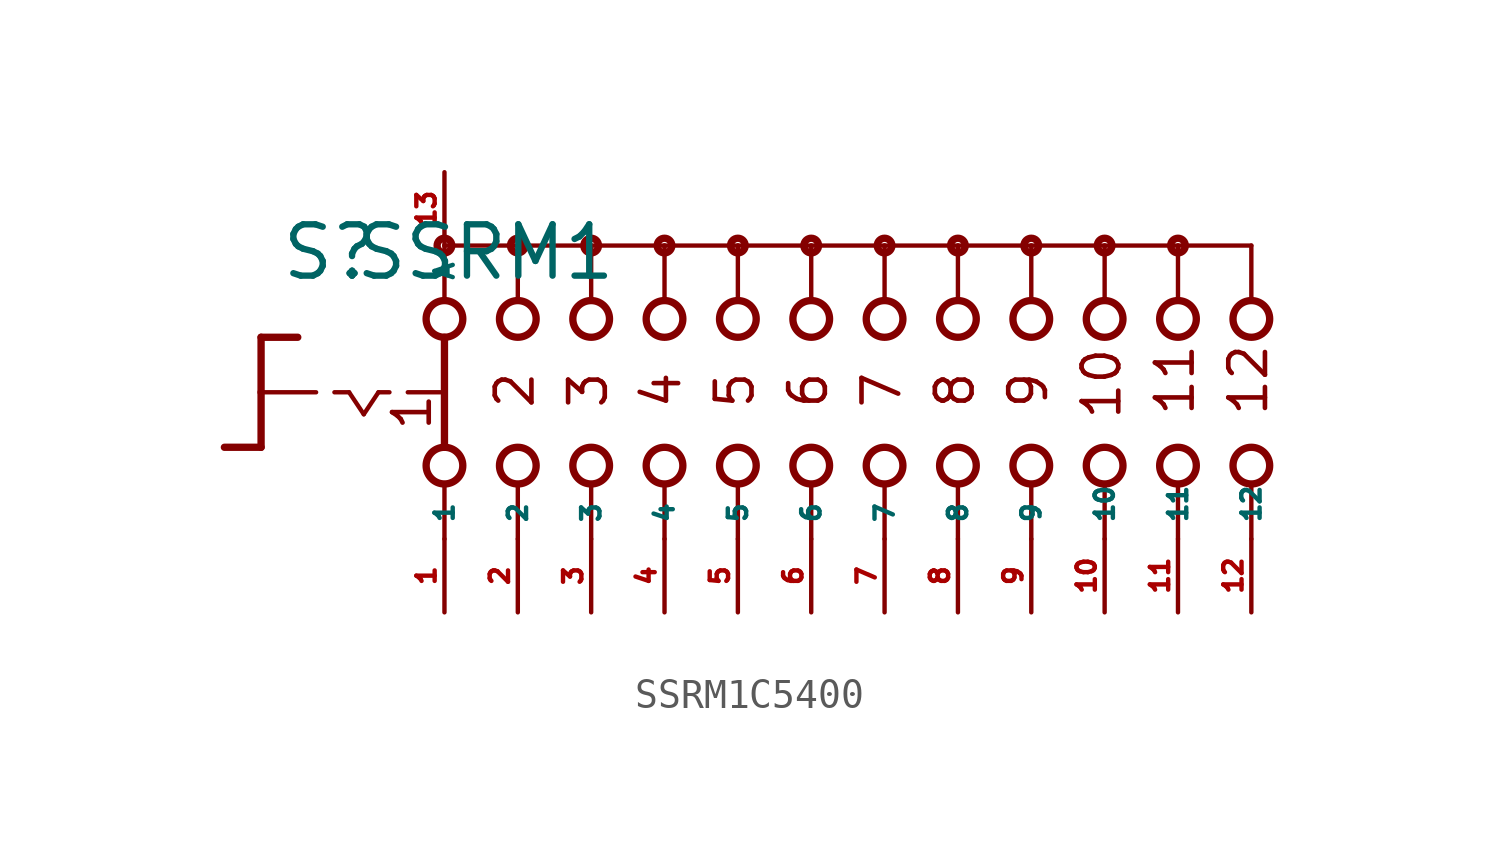
<source format=kicad_sym>
(kicad_symbol_lib
  (version 20220914)
  (generator Eagle2Kicad)
  (symbol "SSRM1C5400"
    (property "Reference" "S"
      (at -18.415 3.81 0)
      (effects (font (size 1.778 1.778) (thickness 0.22)) (justify left bottom)))
    (property "Value" "SSRM1"
      (at -15.875 3.81 0)
      (effects (font (size 1.778 1.778) (thickness 0.22)) (justify left bottom)))
    (polyline
      (pts (xy -19.05 1.905) (xy -17.78 1.905))
      (stroke (width 0.254) (type default))
      (fill (type none)))
    (polyline
      (pts (xy -19.05 1.905) (xy -19.05 0))
      (stroke (width 0.254) (type default))
      (fill (type none)))
    (polyline
      (pts (xy -19.05 -1.905) (xy -20.32 -1.905))
      (stroke (width 0.254) (type default))
      (fill (type none)))
    (polyline
      (pts (xy -19.05 0) (xy -17.145 0))
      (stroke (width 0.152) (type default))
      (fill (type none)))
    (polyline
      (pts (xy -19.05 0) (xy -19.05 -1.905))
      (stroke (width 0.254) (type default))
      (fill (type none)))
    (polyline
      (pts (xy -16.51 0) (xy -16.002 0))
      (stroke (width 0.152) (type default))
      (fill (type none)))
    (polyline
      (pts (xy -14.986 0) (xy -14.605 0))
      (stroke (width 0.152) (type default))
      (fill (type none)))
    (polyline
      (pts (xy -13.97 0) (xy -12.827 0))
      (stroke (width 0.152) (type default))
      (fill (type none)))
    (polyline
      (pts (xy -16.002 0) (xy -15.494 -0.762))
      (stroke (width 0.152) (type default))
      (fill (type none)))
    (polyline
      (pts (xy -15.494 -0.762) (xy -14.986 0))
      (stroke (width 0.152) (type default))
      (fill (type none)))
    (polyline
      (pts (xy -10.16 3.175) (xy -10.16 5.08))
      (stroke (width 0.152) (type default))
      (fill (type none)))
    (polyline
      (pts (xy -7.62 3.175) (xy -7.62 5.08))
      (stroke (width 0.152) (type default))
      (fill (type none)))
    (polyline
      (pts (xy -5.08 3.175) (xy -5.08 5.08))
      (stroke (width 0.152) (type default))
      (fill (type none)))
    (polyline
      (pts (xy -10.16 -5.08) (xy -10.16 -3.175))
      (stroke (width 0.152) (type default))
      (fill (type none)))
    (polyline
      (pts (xy -7.62 -5.08) (xy -7.62 -3.175))
      (stroke (width 0.152) (type default))
      (fill (type none)))
    (polyline
      (pts (xy -5.08 -5.08) (xy -5.08 -3.175))
      (stroke (width 0.152) (type default))
      (fill (type none)))
    (polyline
      (pts (xy -7.62 5.08) (xy -10.16 5.08))
      (stroke (width 0.152) (type default))
      (fill (type none)))
    (polyline
      (pts (xy -7.62 5.08) (xy -5.08 5.08))
      (stroke (width 0.152) (type default))
      (fill (type none)))
    (polyline
      (pts (xy -2.54 -5.08) (xy -2.54 -3.175))
      (stroke (width 0.152) (type default))
      (fill (type none)))
    (polyline
      (pts (xy 0 -5.08) (xy 0 -3.175))
      (stroke (width 0.152) (type default))
      (fill (type none)))
    (polyline
      (pts (xy -2.54 3.175) (xy -2.54 5.08))
      (stroke (width 0.152) (type default))
      (fill (type none)))
    (polyline
      (pts (xy 0 3.175) (xy 0 5.08))
      (stroke (width 0.152) (type default))
      (fill (type none)))
    (polyline
      (pts (xy -5.08 5.08) (xy -2.54 5.08))
      (stroke (width 0.152) (type default))
      (fill (type none)))
    (polyline
      (pts (xy -2.54 5.08) (xy 0 5.08))
      (stroke (width 0.152) (type default))
      (fill (type none)))
    (polyline
      (pts (xy -12.7 5.08) (xy -12.7 3.175))
      (stroke (width 0.152) (type default))
      (fill (type none)))
    (polyline
      (pts (xy -12.7 1.905) (xy -12.7 -1.905))
      (stroke (width 0.254) (type default))
      (fill (type none)))
    (polyline
      (pts (xy -12.7 -3.175) (xy -12.7 -5.08))
      (stroke (width 0.152) (type default))
      (fill (type none)))
    (polyline
      (pts (xy -10.16 5.08) (xy -12.7 5.08))
      (stroke (width 0.152) (type default))
      (fill (type none)))
    (polyline
      (pts (xy 0 5.08) (xy 2.54 5.08))
      (stroke (width 0.152) (type default))
      (fill (type none)))
    (polyline
      (pts (xy 2.54 3.175) (xy 2.54 5.08))
      (stroke (width 0.152) (type default))
      (fill (type none)))
    (polyline
      (pts (xy 2.54 -5.08) (xy 2.54 -3.175))
      (stroke (width 0.152) (type default))
      (fill (type none)))
    (polyline
      (pts (xy 5.08 3.175) (xy 5.08 5.08))
      (stroke (width 0.152) (type default))
      (fill (type none)))
    (polyline
      (pts (xy 7.62 3.175) (xy 7.62 5.08))
      (stroke (width 0.152) (type default))
      (fill (type none)))
    (polyline
      (pts (xy 10.16 3.175) (xy 10.16 5.08))
      (stroke (width 0.152) (type default))
      (fill (type none)))
    (polyline
      (pts (xy 12.7 3.175) (xy 12.7 5.08))
      (stroke (width 0.152) (type default))
      (fill (type none)))
    (polyline
      (pts (xy 15.24 3.175) (xy 15.24 5.08))
      (stroke (width 0.152) (type default))
      (fill (type none)))
    (polyline
      (pts (xy 2.54 5.08) (xy 5.08 5.08))
      (stroke (width 0.152) (type default))
      (fill (type none)))
    (polyline
      (pts (xy 5.08 5.08) (xy 7.62 5.08))
      (stroke (width 0.152) (type default))
      (fill (type none)))
    (polyline
      (pts (xy 7.62 5.08) (xy 10.16 5.08))
      (stroke (width 0.152) (type default))
      (fill (type none)))
    (polyline
      (pts (xy 10.16 5.08) (xy 12.7 5.08))
      (stroke (width 0.152) (type default))
      (fill (type none)))
    (polyline
      (pts (xy 12.7 5.08) (xy 15.24 5.08))
      (stroke (width 0.152) (type default))
      (fill (type none)))
    (polyline
      (pts (xy 5.08 -5.08) (xy 5.08 -3.175))
      (stroke (width 0.152) (type default))
      (fill (type none)))
    (polyline
      (pts (xy 7.62 -5.08) (xy 7.62 -3.175))
      (stroke (width 0.152) (type default))
      (fill (type none)))
    (polyline
      (pts (xy 10.16 -5.08) (xy 10.16 -3.175))
      (stroke (width 0.152) (type default))
      (fill (type none)))
    (polyline
      (pts (xy 12.7 -5.08) (xy 12.7 -3.175))
      (stroke (width 0.152) (type default))
      (fill (type none)))
    (polyline
      (pts (xy 15.24 -5.08) (xy 15.24 -3.175))
      (stroke (width 0.152) (type default))
      (fill (type none)))
    (text "1"
      (at -13.081 -1.397 900)
      (effects (font (size 1.27 1.27) (thickness 0.16)) (justify left bottom)))
    (text "2"
      (at -9.525 -0.635 900)
      (effects (font (size 1.27 1.27) (thickness 0.16)) (justify left bottom)))
    (text "3"
      (at -6.985 -0.635 900)
      (effects (font (size 1.27 1.27) (thickness 0.16)) (justify left bottom)))
    (text "4"
      (at -4.445 -0.635 900)
      (effects (font (size 1.27 1.27) (thickness 0.16)) (justify left bottom)))
    (text "5"
      (at -1.905 -0.635 900)
      (effects (font (size 1.27 1.27) (thickness 0.16)) (justify left bottom)))
    (text "6"
      (at 0.635 -0.635 900)
      (effects (font (size 1.27 1.27) (thickness 0.16)) (justify left bottom)))
    (text "7"
      (at 3.175 -0.635 900)
      (effects (font (size 1.27 1.27) (thickness 0.16)) (justify left bottom)))
    (text "8"
      (at 5.715 -0.635 900)
      (effects (font (size 1.27 1.27) (thickness 0.16)) (justify left bottom)))
    (text "9"
      (at 8.255 -0.635 900)
      (effects (font (size 1.27 1.27) (thickness 0.16)) (justify left bottom)))
    (text "10"
      (at 10.795 -1.016 900)
      (effects (font (size 1.27 1.27) (thickness 0.16)) (justify left bottom)))
    (text "11"
      (at 13.335 -0.889 900)
      (effects (font (size 1.27 1.27) (thickness 0.16)) (justify left bottom)))
    (text "12"
      (at 15.875 -0.889 900)
      (effects (font (size 1.27 1.27) (thickness 0.16)) (justify left bottom)))
    (circle
      (center -7.62 5.08)
      (radius 0.254)
      (stroke (width 0.254) (type default))
      (fill (type none)))
    (circle
      (center -5.08 5.08)
      (radius 0.254)
      (stroke (width 0.254) (type default))
      (fill (type none)))
    (circle
      (center 0 5.08)
      (radius 0.254)
      (stroke (width 0.254) (type default))
      (fill (type none)))
    (circle
      (center -12.7 5.08)
      (radius 0.254)
      (stroke (width 0.254) (type default))
      (fill (type none)))
    (circle
      (center -10.16 5.08)
      (radius 0.254)
      (stroke (width 0.254) (type default))
      (fill (type none)))
    (circle
      (center -12.7 2.54)
      (radius 0.635)
      (stroke (width 0.254) (type default))
      (fill (type none)))
    (circle
      (center -10.16 2.54)
      (radius 0.635)
      (stroke (width 0.254) (type default))
      (fill (type none)))
    (circle
      (center -7.62 2.54)
      (radius 0.635)
      (stroke (width 0.254) (type default))
      (fill (type none)))
    (circle
      (center -12.7 -2.54)
      (radius 0.635)
      (stroke (width 0.254) (type default))
      (fill (type none)))
    (circle
      (center -10.16 -2.54)
      (radius 0.635)
      (stroke (width 0.254) (type default))
      (fill (type none)))
    (circle
      (center -7.62 -2.54)
      (radius 0.635)
      (stroke (width 0.254) (type default))
      (fill (type none)))
    (circle
      (center -2.54 5.08)
      (radius 0.254)
      (stroke (width 0.254) (type default))
      (fill (type none)))
    (circle
      (center -5.08 2.54)
      (radius 0.635)
      (stroke (width 0.254) (type default))
      (fill (type none)))
    (circle
      (center -2.54 2.54)
      (radius 0.635)
      (stroke (width 0.254) (type default))
      (fill (type none)))
    (circle
      (center -5.08 -2.54)
      (radius 0.635)
      (stroke (width 0.254) (type default))
      (fill (type none)))
    (circle
      (center -2.54 -2.54)
      (radius 0.635)
      (stroke (width 0.254) (type default))
      (fill (type none)))
    (circle
      (center 0 2.54)
      (radius 0.635)
      (stroke (width 0.254) (type default))
      (fill (type none)))
    (circle
      (center 0 -2.54)
      (radius 0.635)
      (stroke (width 0.254) (type default))
      (fill (type none)))
    (circle
      (center 2.54 5.08)
      (radius 0.254)
      (stroke (width 0.254) (type default))
      (fill (type none)))
    (circle
      (center 2.54 2.54)
      (radius 0.635)
      (stroke (width 0.254) (type default))
      (fill (type none)))
    (circle
      (center 2.54 -2.54)
      (radius 0.635)
      (stroke (width 0.254) (type default))
      (fill (type none)))
    (circle
      (center 5.08 2.54)
      (radius 0.635)
      (stroke (width 0.254) (type default))
      (fill (type none)))
    (circle
      (center 7.62 2.54)
      (radius 0.635)
      (stroke (width 0.254) (type default))
      (fill (type none)))
    (circle
      (center 10.16 2.54)
      (radius 0.635)
      (stroke (width 0.254) (type default))
      (fill (type none)))
    (circle
      (center 12.7 2.54)
      (radius 0.635)
      (stroke (width 0.254) (type default))
      (fill (type none)))
    (circle
      (center 15.24 2.54)
      (radius 0.635)
      (stroke (width 0.254) (type default))
      (fill (type none)))
    (circle
      (center 5.08 5.08)
      (radius 0.254)
      (stroke (width 0.254) (type default))
      (fill (type none)))
    (circle
      (center 7.62 5.08)
      (radius 0.254)
      (stroke (width 0.254) (type default))
      (fill (type none)))
    (circle
      (center 10.16 5.08)
      (radius 0.254)
      (stroke (width 0.254) (type default))
      (fill (type none)))
    (circle
      (center 12.7 5.08)
      (radius 0.254)
      (stroke (width 0.254) (type default))
      (fill (type none)))
    (circle
      (center 5.08 -2.54)
      (radius 0.635)
      (stroke (width 0.254) (type default))
      (fill (type none)))
    (circle
      (center 7.62 -2.54)
      (radius 0.635)
      (stroke (width 0.254) (type default))
      (fill (type none)))
    (circle
      (center 10.16 -2.54)
      (radius 0.635)
      (stroke (width 0.254) (type default))
      (fill (type none)))
    (circle
      (center 12.7 -2.54)
      (radius 0.635)
      (stroke (width 0.254) (type default))
      (fill (type none)))
    (circle
      (center 15.24 -2.54)
      (radius 0.635)
      (stroke (width 0.254) (type default))
      (fill (type none)))
    (pin passive line
      (at -12.7 -7.62 90)
      (length 2.54)
      (name "1" (effects (font (size 0.635 0.635) (thickness 0.08)) (justify left bottom)))
      (number "1" (effects (font (size 0.635 0.635) (thickness 0.08)) (justify left bottom))))
    (pin passive line
      (at -12.7 7.62 270)
      (length 2.54)
      (name "A" (effects (font (size 0.635 0.635) (thickness 0.08)) (justify left bottom)))
      (number "13" (effects (font (size 0.635 0.635) (thickness 0.08)) (justify left bottom))))
    (pin passive line
      (at -10.16 -7.62 90)
      (length 2.54)
      (name "2" (effects (font (size 0.635 0.635) (thickness 0.08)) (justify left bottom)))
      (number "2" (effects (font (size 0.635 0.635) (thickness 0.08)) (justify left bottom))))
    (pin passive line
      (at -7.62 -7.62 90)
      (length 2.54)
      (name "3" (effects (font (size 0.635 0.635) (thickness 0.08)) (justify left bottom)))
      (number "3" (effects (font (size 0.635 0.635) (thickness 0.08)) (justify left bottom))))
    (pin passive line
      (at -5.08 -7.62 90)
      (length 2.54)
      (name "4" (effects (font (size 0.635 0.635) (thickness 0.08)) (justify left bottom)))
      (number "4" (effects (font (size 0.635 0.635) (thickness 0.08)) (justify left bottom))))
    (pin passive line
      (at -2.54 -7.62 90)
      (length 2.54)
      (name "5" (effects (font (size 0.635 0.635) (thickness 0.08)) (justify left bottom)))
      (number "5" (effects (font (size 0.635 0.635) (thickness 0.08)) (justify left bottom))))
    (pin passive line
      (at 0 -7.62 90)
      (length 2.54)
      (name "6" (effects (font (size 0.635 0.635) (thickness 0.08)) (justify left bottom)))
      (number "6" (effects (font (size 0.635 0.635) (thickness 0.08)) (justify left bottom))))
    (pin passive line
      (at 2.54 -7.62 90)
      (length 2.54)
      (name "7" (effects (font (size 0.635 0.635) (thickness 0.08)) (justify left bottom)))
      (number "7" (effects (font (size 0.635 0.635) (thickness 0.08)) (justify left bottom))))
    (pin passive line
      (at 5.08 -7.62 90)
      (length 2.54)
      (name "8" (effects (font (size 0.635 0.635) (thickness 0.08)) (justify left bottom)))
      (number "8" (effects (font (size 0.635 0.635) (thickness 0.08)) (justify left bottom))))
    (pin passive line
      (at 7.62 -7.62 90)
      (length 2.54)
      (name "9" (effects (font (size 0.635 0.635) (thickness 0.08)) (justify left bottom)))
      (number "9" (effects (font (size 0.635 0.635) (thickness 0.08)) (justify left bottom))))
    (pin passive line
      (at 10.16 -7.62 90)
      (length 2.54)
      (name "10" (effects (font (size 0.635 0.635) (thickness 0.08)) (justify left bottom)))
      (number "10" (effects (font (size 0.635 0.635) (thickness 0.08)) (justify left bottom))))
    (pin passive line
      (at 12.7 -7.62 90)
      (length 2.54)
      (name "11" (effects (font (size 0.635 0.635) (thickness 0.08)) (justify left bottom)))
      (number "11" (effects (font (size 0.635 0.635) (thickness 0.08)) (justify left bottom))))
    (pin passive line
      (at 15.24 -7.62 90)
      (length 2.54)
      (name "12" (effects (font (size 0.635 0.635) (thickness 0.08)) (justify left bottom)))
      (number "12" (effects (font (size 0.635 0.635) (thickness 0.08)) (justify left bottom))))))
</source>
